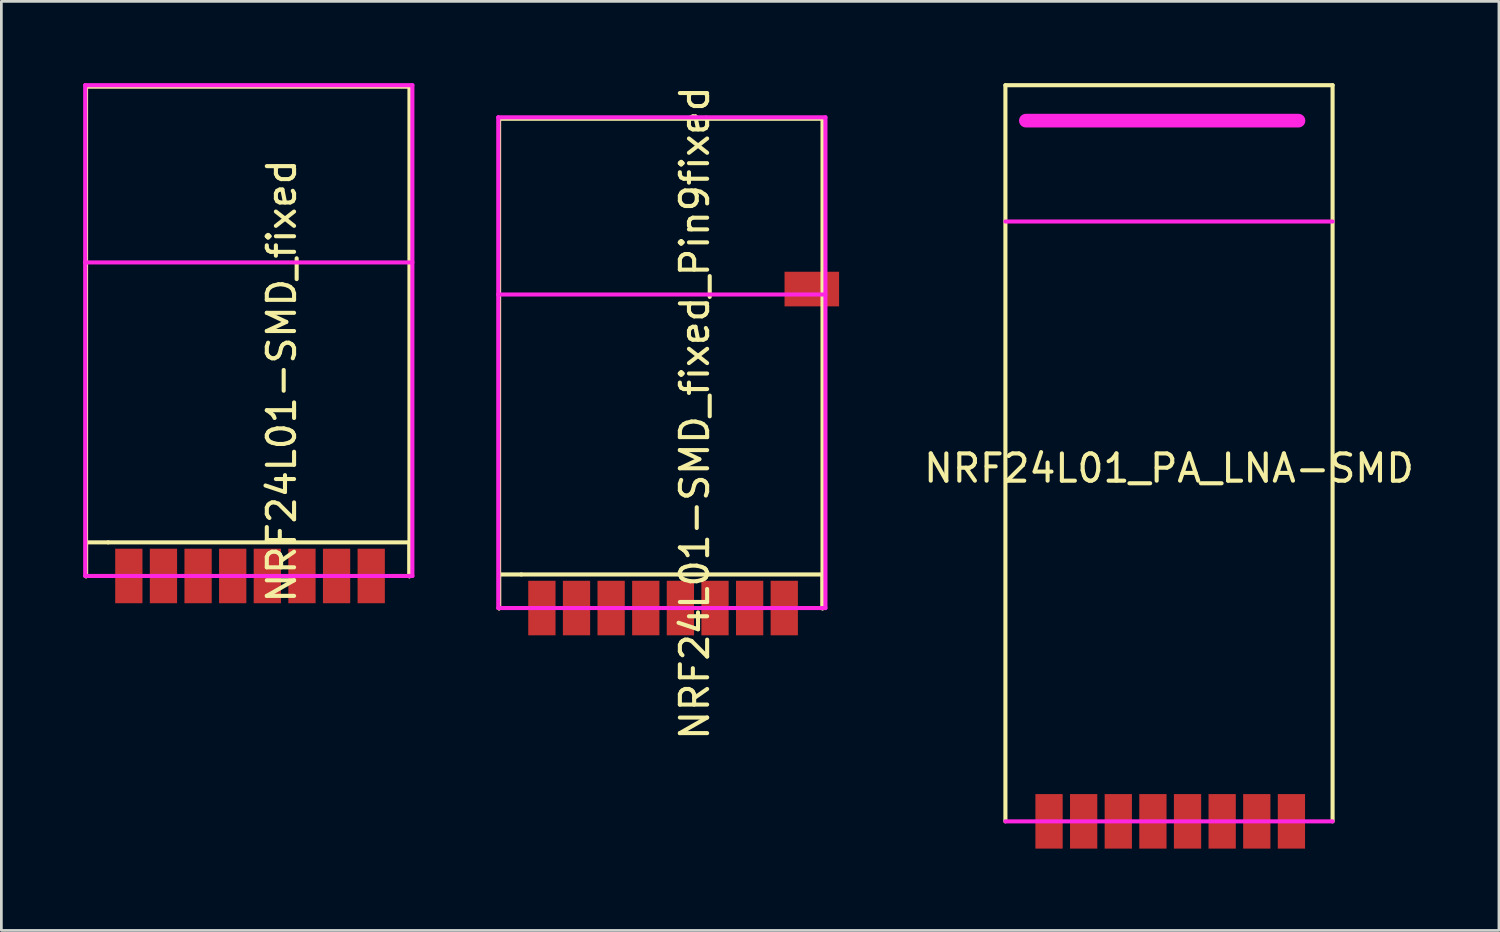
<source format=kicad_pcb>
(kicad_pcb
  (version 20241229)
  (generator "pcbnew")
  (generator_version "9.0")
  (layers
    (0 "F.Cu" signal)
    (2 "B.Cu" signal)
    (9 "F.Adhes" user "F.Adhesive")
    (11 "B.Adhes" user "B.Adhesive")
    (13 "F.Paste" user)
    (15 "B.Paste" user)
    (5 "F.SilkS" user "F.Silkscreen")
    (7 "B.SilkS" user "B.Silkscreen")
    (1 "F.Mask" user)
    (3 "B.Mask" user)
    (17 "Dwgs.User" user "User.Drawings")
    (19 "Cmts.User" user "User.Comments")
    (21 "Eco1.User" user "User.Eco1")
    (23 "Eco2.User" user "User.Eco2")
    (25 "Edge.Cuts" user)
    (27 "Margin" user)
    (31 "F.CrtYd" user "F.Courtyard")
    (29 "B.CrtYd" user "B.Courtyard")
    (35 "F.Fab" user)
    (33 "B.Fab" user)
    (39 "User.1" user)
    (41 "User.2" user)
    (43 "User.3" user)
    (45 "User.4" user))
  (footprint "NRF24L01_PA_LNA-SMD"
    (layer "F.Cu")
    (at 39.826 18.375)
    (property "Reference" "NRF24L01_PA_LNA-SMD" (at 0 -4.25 0) (layer "F.SilkS") (effects (font (size 1 1) (thickness 0.15))))
    (attr through_hole)
    (fp_line (start -6 -18.3) (end 6 -18.3) (stroke (width 0.15) (type solid)) (layer "F.SilkS"))
    (fp_line (start -6 8.7) (end -6 -18.3) (stroke (width 0.15) (type solid)) (layer "F.SilkS"))
    (fp_line (start 6 -18.3) (end 6 8.7) (stroke (width 0.15) (type solid)) (layer "F.SilkS"))
    (fp_line (start -6 -13.3) (end 6 -13.3) (stroke (width 0.15) (type solid)) (layer "F.CrtYd"))
    (fp_line (start -5.25 -17) (end 4.75 -17) (stroke (width 0.5) (type solid)) (layer "F.CrtYd"))
    (fp_line (start 6 8.7) (end -6 8.7) (stroke (width 0.15) (type solid)) (layer "F.CrtYd"))
    (pad "1" smd rect (at 4.49 8.7) (size 1 2) (layers "F.Cu" "F.Mask" "F.Paste"))
    (pad "2" smd rect (at -4.4 8.7) (size 1 2) (layers "F.Cu" "F.Mask" "F.Paste"))
    (pad "3" smd rect (at -3.13 8.7) (size 1 2) (layers "F.Cu" "F.Mask" "F.Paste"))
    (pad "4" smd rect (at -1.86 8.7) (size 1 2) (layers "F.Cu" "F.Mask" "F.Paste"))
    (pad "5" smd rect (at -0.59 8.7) (size 1 2) (layers "F.Cu" "F.Mask" "F.Paste"))
    (pad "6" smd rect (at 0.68 8.7) (size 1 2) (layers "F.Cu" "F.Mask" "F.Paste"))
    (pad "7" smd rect (at 1.95 8.7) (size 1 2) (layers "F.Cu" "F.Mask" "F.Paste"))
    (pad "8" smd rect (at 3.22 8.7) (size 1 2) (layers "F.Cu" "F.Mask" "F.Paste")))
  (footprint "NRF24L01-SMD_fixed_Pin9fixed"
    (placed yes)
    (layer "F.Cu")
    (at 21.225 10.552)
    (property "Reference" "NRF24L01-SMD_fixed_Pin9fixed" (at 1.206 1.549 90) (layer "F.SilkS") (effects (font (size 1 1) (thickness 0.15))))
    (attr through_hole)
    (fp_line (start -5.969 -9.246) (end 5.893 -9.246) (stroke (width 0.15) (type solid)) (layer "F.SilkS"))
    (fp_line (start -5.969 7.468) (end -5.969 8.712) (stroke (width 0.15) (type solid)) (layer "F.SilkS"))
    (fp_line (start -5.969 8.687) (end -5.969 -9.246) (stroke (width 0.15) (type solid)) (layer "F.SilkS"))
    (fp_line (start -5.969 8.712) (end -5.969 8.712) (stroke (width 0.15) (type solid)) (layer "F.SilkS"))
    (fp_line (start -5.156 7.468) (end -5.969 7.468) (stroke (width 0.15) (type solid)) (layer "F.SilkS"))
    (fp_line (start 5.893 -9.246) (end 5.893 8.712) (stroke (width 0.15) (type solid)) (layer "F.SilkS"))
    (fp_line (start 5.893 7.468) (end -5.156 7.468) (stroke (width 0.15) (type solid)) (layer "F.SilkS"))
    (fp_line (start 5.893 8.712) (end 5.893 7.468) (stroke (width 0.15) (type solid)) (layer "F.SilkS"))
    (fp_line (start -6 -9.3) (end 6 -9.3) (stroke (width 0.15) (type solid)) (layer "F.CrtYd"))
    (fp_line (start -6 -2.8) (end 6 -2.8) (stroke (width 0.15) (type solid)) (layer "F.CrtYd"))
    (fp_line (start -6 8.7) (end -6 -9.3) (stroke (width 0.15) (type solid)) (layer "F.CrtYd"))
    (fp_line (start 6 -9.3) (end 6 8.7) (stroke (width 0.15) (type solid)) (layer "F.CrtYd"))
    (fp_line (start 6 8.7) (end -6 8.7) (stroke (width 0.15) (type solid)) (layer "F.CrtYd"))
    (pad "1" smd rect (at -4.4 8.7) (size 1 2) (layers "F.Cu" "F.Mask" "F.Paste"))
    (pad "2" smd rect (at -3.13 8.7) (size 1 2) (layers "F.Cu" "F.Mask" "F.Paste"))
    (pad "3" smd rect (at -1.86 8.7) (size 1 2) (layers "F.Cu" "F.Mask" "F.Paste"))
    (pad "4" smd rect (at -0.59 8.7) (size 1 2) (layers "F.Cu" "F.Mask" "F.Paste"))
    (pad "5" smd rect (at 0.68 8.7) (size 1 2) (layers "F.Cu" "F.Mask" "F.Paste"))
    (pad "6" smd rect (at 1.95 8.7) (size 1 2) (layers "F.Cu" "F.Mask" "F.Paste"))
    (pad "7" smd rect (at 3.22 8.7) (size 1 2) (layers "F.Cu" "F.Mask" "F.Paste"))
    (pad "8" smd rect (at 4.49 8.7) (size 1 2) (layers "F.Cu" "F.Mask" "F.Paste"))
    (pad "9" smd rect (at 5.5 -3) (size 2 1.27) (layers "F.Cu" "F.Mask" "F.Paste")))
  (footprint "NRF24L01-SMD_fixed"
    (placed yes)
    (layer "F.Cu")
    (at 6.075 9.375)
    (property "Reference" "NRF24L01-SMD_fixed" (at 1.206 1.549 90) (layer "F.SilkS") (effects (font (size 1 1) (thickness 0.15))))
    (attr through_hole)
    (fp_line (start -5.969 -9.246) (end 5.893 -9.246) (stroke (width 0.15) (type solid)) (layer "F.SilkS"))
    (fp_line (start -5.969 7.468) (end -5.969 8.712) (stroke (width 0.15) (type solid)) (layer "F.SilkS"))
    (fp_line (start -5.969 8.687) (end -5.969 -9.246) (stroke (width 0.15) (type solid)) (layer "F.SilkS"))
    (fp_line (start -5.969 8.712) (end -5.969 8.712) (stroke (width 0.15) (type solid)) (layer "F.SilkS"))
    (fp_line (start -5.156 7.468) (end -5.969 7.468) (stroke (width 0.15) (type solid)) (layer "F.SilkS"))
    (fp_line (start 5.893 -9.246) (end 5.893 8.712) (stroke (width 0.15) (type solid)) (layer "F.SilkS"))
    (fp_line (start 5.893 7.468) (end -5.156 7.468) (stroke (width 0.15) (type solid)) (layer "F.SilkS"))
    (fp_line (start 5.893 8.712) (end 5.893 7.468) (stroke (width 0.15) (type solid)) (layer "F.SilkS"))
    (fp_line (start -6 -9.3) (end 6 -9.3) (stroke (width 0.15) (type solid)) (layer "F.CrtYd"))
    (fp_line (start -6 -2.8) (end 6 -2.8) (stroke (width 0.15) (type solid)) (layer "F.CrtYd"))
    (fp_line (start -6 8.7) (end -6 -9.3) (stroke (width 0.15) (type solid)) (layer "F.CrtYd"))
    (fp_line (start 6 -9.3) (end 6 8.7) (stroke (width 0.15) (type solid)) (layer "F.CrtYd"))
    (fp_line (start 6 8.7) (end -6 8.7) (stroke (width 0.15) (type solid)) (layer "F.CrtYd"))
    (pad "1" smd rect (at -4.4 8.7) (size 1 2) (layers "F.Cu" "F.Mask" "F.Paste"))
    (pad "2" smd rect (at -3.13 8.7) (size 1 2) (layers "F.Cu" "F.Mask" "F.Paste"))
    (pad "3" smd rect (at -1.86 8.7) (size 1 2) (layers "F.Cu" "F.Mask" "F.Paste"))
    (pad "4" smd rect (at -0.59 8.7) (size 1 2) (layers "F.Cu" "F.Mask" "F.Paste"))
    (pad "5" smd rect (at 0.68 8.7) (size 1 2) (layers "F.Cu" "F.Mask" "F.Paste"))
    (pad "6" smd rect (at 1.95 8.7) (size 1 2) (layers "F.Cu" "F.Mask" "F.Paste"))
    (pad "7" smd rect (at 3.22 8.7) (size 1 2) (layers "F.Cu" "F.Mask" "F.Paste"))
    (pad "8" smd rect (at 4.49 8.7) (size 1 2) (layers "F.Cu" "F.Mask" "F.Paste")))
  (gr_rect
    (start -3 -3)
    (end 51.927 31.075)
    (stroke (width 0.1) (type default))
    (fill no)
    (layer "Edge.Cuts")))
</source>
